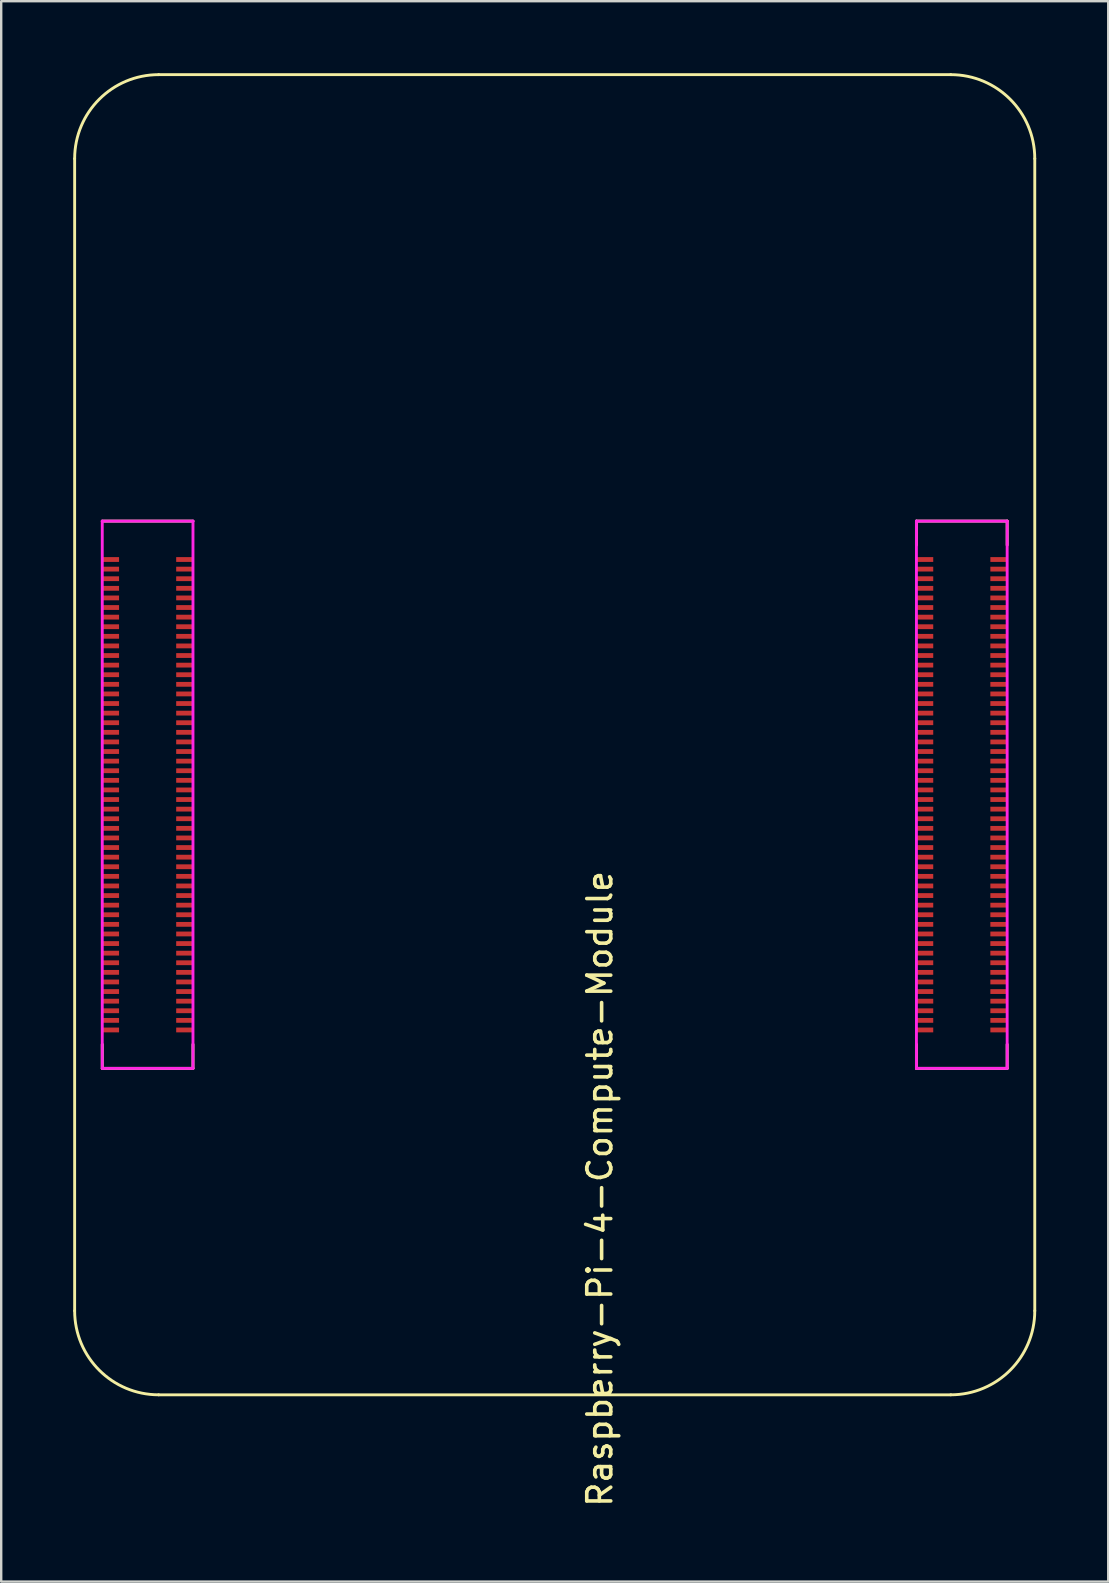
<source format=kicad_pcb>
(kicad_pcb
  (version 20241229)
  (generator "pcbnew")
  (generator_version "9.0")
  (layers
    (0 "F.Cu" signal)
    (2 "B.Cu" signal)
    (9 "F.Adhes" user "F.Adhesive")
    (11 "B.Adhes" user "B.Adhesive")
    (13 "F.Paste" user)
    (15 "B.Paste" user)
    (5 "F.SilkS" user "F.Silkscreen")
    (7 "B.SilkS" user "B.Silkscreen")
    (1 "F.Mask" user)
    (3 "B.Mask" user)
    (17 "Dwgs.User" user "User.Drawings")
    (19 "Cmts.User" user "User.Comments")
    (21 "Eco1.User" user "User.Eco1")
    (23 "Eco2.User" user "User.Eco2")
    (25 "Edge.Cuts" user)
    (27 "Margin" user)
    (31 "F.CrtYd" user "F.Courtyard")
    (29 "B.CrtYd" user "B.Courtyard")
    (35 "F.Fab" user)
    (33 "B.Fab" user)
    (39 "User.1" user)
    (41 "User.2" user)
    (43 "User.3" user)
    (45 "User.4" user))
  (footprint "Raspberry-Pi-4-Compute-Module"
    (layer "F.Cu")
    (at 3.56 51.56)
    (property "Reference" "Raspberry-Pi-4-Compute-Module" (at 18.38 -5.08 270) (layer "F.SilkS") (effects (font (size 1 1) (thickness 0.15))))
    (attr smd)
    (fp_line (start -3.5 -48) (end -3.5 0) (stroke (width 0.12) (type solid)) (layer "F.SilkS"))
    (fp_line (start -2.35 -32.9) (end 1.43 -32.9) (stroke (width 0.12) (type solid)) (layer "F.SilkS"))
    (fp_line (start -2.35 -10.1) (end -2.35 -11.1) (stroke (width 0.12) (type solid)) (layer "F.SilkS"))
    (fp_line (start -2.35 -10.1) (end 1.43 -10.1) (stroke (width 0.12) (type solid)) (layer "F.SilkS"))
    (fp_line (start 0 3.5) (end 33 3.5) (stroke (width 0.12) (type solid)) (layer "F.SilkS"))
    (fp_line (start 1.43 -10.1) (end 1.43 -11.1) (stroke (width 0.12) (type solid)) (layer "F.SilkS"))
    (fp_line (start 31.57 -32.9) (end 31.57 -31.9) (stroke (width 0.12) (type solid)) (layer "F.SilkS"))
    (fp_line (start 31.57 -32.9) (end 35.35 -32.9) (stroke (width 0.12) (type solid)) (layer "F.SilkS"))
    (fp_line (start 31.57 -10.1) (end 31.57 -11.1) (stroke (width 0.12) (type solid)) (layer "F.SilkS"))
    (fp_line (start 31.57 -10.1) (end 35.35 -10.1) (stroke (width 0.12) (type solid)) (layer "F.SilkS"))
    (fp_line (start 33 -51.5) (end 0 -51.5) (stroke (width 0.12) (type solid)) (layer "F.SilkS"))
    (fp_line (start 35.35 -32.9) (end 35.35 -31.9) (stroke (width 0.12) (type solid)) (layer "F.SilkS"))
    (fp_line (start 35.35 -10.1) (end 35.35 -11.1) (stroke (width 0.12) (type solid)) (layer "F.SilkS"))
    (fp_line (start 36.5 0) (end 36.5 -48) (stroke (width 0.12) (type solid)) (layer "F.SilkS"))
    (fp_arc (start -3.5 -48) (mid -2.474874 -50.474874) (end 0 -51.5) (stroke (width 0.12) (type solid)) (layer "F.SilkS"))
    (fp_arc (start 0 3.5) (mid -2.474874 2.474874) (end -3.5 0) (stroke (width 0.12) (type solid)) (layer "F.SilkS"))
    (fp_arc (start 33 -51.5) (mid 35.474874 -50.474874) (end 36.5 -48) (stroke (width 0.12) (type solid)) (layer "F.SilkS"))
    (fp_arc (start 36.5 0) (mid 35.474874 2.474874) (end 33 3.5) (stroke (width 0.12) (type solid)) (layer "F.SilkS"))
    (fp_line (start -2.35 -32.9) (end 1.43 -32.9) (stroke (width 0.12) (type solid)) (layer "F.CrtYd"))
    (fp_line (start -2.35 -10.1) (end -2.35 -32.9) (stroke (width 0.12) (type solid)) (layer "F.CrtYd"))
    (fp_line (start 1.43 -32.9) (end 1.43 -10.1) (stroke (width 0.12) (type solid)) (layer "F.CrtYd"))
    (fp_line (start 1.43 -10.1) (end -2.35 -10.1) (stroke (width 0.12) (type solid)) (layer "F.CrtYd"))
    (fp_line (start 31.57 -32.9) (end 35.35 -32.9) (stroke (width 0.12) (type solid)) (layer "F.CrtYd"))
    (fp_line (start 31.57 -10.1) (end 31.57 -32.9) (stroke (width 0.12) (type solid)) (layer "F.CrtYd"))
    (fp_line (start 35.35 -32.9) (end 35.35 -10.1) (stroke (width 0.12) (type solid)) (layer "F.CrtYd"))
    (fp_line (start 35.35 -10.1) (end 31.57 -10.1) (stroke (width 0.12) (type solid)) (layer "F.CrtYd"))
    (pad "1" smd rect (at -2 -31.3 270) (size 0.2 0.7) (layers "F.Cu" "F.Mask" "F.Paste"))
    (pad "2" smd rect (at 1.08 -31.3 270) (size 0.2 0.7) (layers "F.Cu" "F.Mask" "F.Paste"))
    (pad "3" smd rect (at -2 -30.9 270) (size 0.2 0.7) (layers "F.Cu" "F.Mask" "F.Paste"))
    (pad "4" smd rect (at 1.08 -30.9 270) (size 0.2 0.7) (layers "F.Cu" "F.Mask" "F.Paste"))
    (pad "5" smd rect (at -2 -30.5 270) (size 0.2 0.7) (layers "F.Cu" "F.Mask" "F.Paste"))
    (pad "6" smd rect (at 1.08 -30.5 270) (size 0.2 0.7) (layers "F.Cu" "F.Mask" "F.Paste"))
    (pad "7" smd rect (at -2 -30.1 270) (size 0.2 0.7) (layers "F.Cu" "F.Mask" "F.Paste"))
    (pad "8" smd rect (at 1.08 -30.1 270) (size 0.2 0.7) (layers "F.Cu" "F.Mask" "F.Paste"))
    (pad "9" smd rect (at -2 -29.7 270) (size 0.2 0.7) (layers "F.Cu" "F.Mask" "F.Paste"))
    (pad "10" smd rect (at 1.08 -29.7 270) (size 0.2 0.7) (layers "F.Cu" "F.Mask" "F.Paste"))
    (pad "11" smd rect (at -2 -29.3 270) (size 0.2 0.7) (layers "F.Cu" "F.Mask" "F.Paste"))
    (pad "12" smd rect (at 1.08 -29.3 270) (size 0.2 0.7) (layers "F.Cu" "F.Mask" "F.Paste"))
    (pad "13" smd rect (at -2 -28.9 270) (size 0.2 0.7) (layers "F.Cu" "F.Mask" "F.Paste"))
    (pad "14" smd rect (at 1.08 -28.9 270) (size 0.2 0.7) (layers "F.Cu" "F.Mask" "F.Paste"))
    (pad "15" smd rect (at -2 -28.5 270) (size 0.2 0.7) (layers "F.Cu" "F.Mask" "F.Paste"))
    (pad "16" smd rect (at 1.08 -28.5 270) (size 0.2 0.7) (layers "F.Cu" "F.Mask" "F.Paste"))
    (pad "17" smd rect (at -2 -28.1 270) (size 0.2 0.7) (layers "F.Cu" "F.Mask" "F.Paste"))
    (pad "18" smd rect (at 1.08 -28.1 270) (size 0.2 0.7) (layers "F.Cu" "F.Mask" "F.Paste"))
    (pad "19" smd rect (at -2 -27.7 270) (size 0.2 0.7) (layers "F.Cu" "F.Mask" "F.Paste"))
    (pad "20" smd rect (at 1.08 -27.7 270) (size 0.2 0.7) (layers "F.Cu" "F.Mask" "F.Paste"))
    (pad "21" smd rect (at -2 -27.3 270) (size 0.2 0.7) (layers "F.Cu" "F.Mask" "F.Paste"))
    (pad "22" smd rect (at 1.08 -27.3 270) (size 0.2 0.7) (layers "F.Cu" "F.Mask" "F.Paste"))
    (pad "23" smd rect (at -2 -26.9 270) (size 0.2 0.7) (layers "F.Cu" "F.Mask" "F.Paste"))
    (pad "24" smd rect (at 1.08 -26.9 270) (size 0.2 0.7) (layers "F.Cu" "F.Mask" "F.Paste"))
    (pad "25" smd rect (at -2 -26.5 270) (size 0.2 0.7) (layers "F.Cu" "F.Mask" "F.Paste"))
    (pad "26" smd rect (at 1.08 -26.5 270) (size 0.2 0.7) (layers "F.Cu" "F.Mask" "F.Paste"))
    (pad "27" smd rect (at -2 -26.1 270) (size 0.2 0.7) (layers "F.Cu" "F.Mask" "F.Paste"))
    (pad "28" smd rect (at 1.08 -26.1 270) (size 0.2 0.7) (layers "F.Cu" "F.Mask" "F.Paste"))
    (pad "29" smd rect (at -2 -25.7 270) (size 0.2 0.7) (layers "F.Cu" "F.Mask" "F.Paste"))
    (pad "30" smd rect (at 1.08 -25.7 270) (size 0.2 0.7) (layers "F.Cu" "F.Mask" "F.Paste"))
    (pad "31" smd rect (at -2 -25.3 270) (size 0.2 0.7) (layers "F.Cu" "F.Mask" "F.Paste"))
    (pad "32" smd rect (at 1.08 -25.3 270) (size 0.2 0.7) (layers "F.Cu" "F.Mask" "F.Paste"))
    (pad "33" smd rect (at -2 -24.9 270) (size 0.2 0.7) (layers "F.Cu" "F.Mask" "F.Paste"))
    (pad "34" smd rect (at 1.08 -24.9 270) (size 0.2 0.7) (layers "F.Cu" "F.Mask" "F.Paste"))
    (pad "35" smd rect (at -2 -24.5 270) (size 0.2 0.7) (layers "F.Cu" "F.Mask" "F.Paste"))
    (pad "36" smd rect (at 1.08 -24.5 270) (size 0.2 0.7) (layers "F.Cu" "F.Mask" "F.Paste"))
    (pad "37" smd rect (at -2 -24.1 270) (size 0.2 0.7) (layers "F.Cu" "F.Mask" "F.Paste"))
    (pad "38" smd rect (at 1.08 -24.1 270) (size 0.2 0.7) (layers "F.Cu" "F.Mask" "F.Paste"))
    (pad "39" smd rect (at -2 -23.7 270) (size 0.2 0.7) (layers "F.Cu" "F.Mask" "F.Paste"))
    (pad "40" smd rect (at 1.08 -23.7 270) (size 0.2 0.7) (layers "F.Cu" "F.Mask" "F.Paste"))
    (pad "41" smd rect (at -2 -23.3 270) (size 0.2 0.7) (layers "F.Cu" "F.Mask" "F.Paste"))
    (pad "42" smd rect (at 1.08 -23.3 270) (size 0.2 0.7) (layers "F.Cu" "F.Mask" "F.Paste"))
    (pad "43" smd rect (at -2 -22.9 270) (size 0.2 0.7) (layers "F.Cu" "F.Mask" "F.Paste"))
    (pad "44" smd rect (at 1.08 -22.9 270) (size 0.2 0.7) (layers "F.Cu" "F.Mask" "F.Paste"))
    (pad "45" smd rect (at -2 -22.5 270) (size 0.2 0.7) (layers "F.Cu" "F.Mask" "F.Paste"))
    (pad "46" smd rect (at 1.08 -22.5 270) (size 0.2 0.7) (layers "F.Cu" "F.Mask" "F.Paste"))
    (pad "47" smd rect (at -2 -22.1 270) (size 0.2 0.7) (layers "F.Cu" "F.Mask" "F.Paste"))
    (pad "48" smd rect (at 1.08 -22.1 270) (size 0.2 0.7) (layers "F.Cu" "F.Mask" "F.Paste"))
    (pad "49" smd rect (at -2 -21.7 270) (size 0.2 0.7) (layers "F.Cu" "F.Mask" "F.Paste"))
    (pad "50" smd rect (at 1.08 -21.7 270) (size 0.2 0.7) (layers "F.Cu" "F.Mask" "F.Paste"))
    (pad "51" smd rect (at -2 -21.3 270) (size 0.2 0.7) (layers "F.Cu" "F.Mask" "F.Paste"))
    (pad "52" smd rect (at 1.08 -21.3 270) (size 0.2 0.7) (layers "F.Cu" "F.Mask" "F.Paste"))
    (pad "53" smd rect (at -2 -20.9 270) (size 0.2 0.7) (layers "F.Cu" "F.Mask" "F.Paste"))
    (pad "54" smd rect (at 1.08 -20.9 270) (size 0.2 0.7) (layers "F.Cu" "F.Mask" "F.Paste"))
    (pad "55" smd rect (at -2 -20.5 270) (size 0.2 0.7) (layers "F.Cu" "F.Mask" "F.Paste"))
    (pad "56" smd rect (at 1.08 -20.5 270) (size 0.2 0.7) (layers "F.Cu" "F.Mask" "F.Paste"))
    (pad "57" smd rect (at -2 -20.1 270) (size 0.2 0.7) (layers "F.Cu" "F.Mask" "F.Paste"))
    (pad "58" smd rect (at 1.08 -20.1 270) (size 0.2 0.7) (layers "F.Cu" "F.Mask" "F.Paste"))
    (pad "59" smd rect (at -2 -19.7 270) (size 0.2 0.7) (layers "F.Cu" "F.Mask" "F.Paste"))
    (pad "60" smd rect (at 1.08 -19.7 270) (size 0.2 0.7) (layers "F.Cu" "F.Mask" "F.Paste"))
    (pad "61" smd rect (at -2 -19.3 270) (size 0.2 0.7) (layers "F.Cu" "F.Mask" "F.Paste"))
    (pad "62" smd rect (at 1.08 -19.3 270) (size 0.2 0.7) (layers "F.Cu" "F.Mask" "F.Paste"))
    (pad "63" smd rect (at -2 -18.9 270) (size 0.2 0.7) (layers "F.Cu" "F.Mask" "F.Paste"))
    (pad "64" smd rect (at 1.08 -18.9 270) (size 0.2 0.7) (layers "F.Cu" "F.Mask" "F.Paste"))
    (pad "65" smd rect (at -2 -18.5 270) (size 0.2 0.7) (layers "F.Cu" "F.Mask" "F.Paste"))
    (pad "66" smd rect (at 1.08 -18.5 270) (size 0.2 0.7) (layers "F.Cu" "F.Mask" "F.Paste"))
    (pad "67" smd rect (at -2 -18.1 270) (size 0.2 0.7) (layers "F.Cu" "F.Mask" "F.Paste"))
    (pad "68" smd rect (at 1.08 -18.1 270) (size 0.2 0.7) (layers "F.Cu" "F.Mask" "F.Paste"))
    (pad "69" smd rect (at -2 -17.7 270) (size 0.2 0.7) (layers "F.Cu" "F.Mask" "F.Paste"))
    (pad "70" smd rect (at 1.08 -17.7 270) (size 0.2 0.7) (layers "F.Cu" "F.Mask" "F.Paste"))
    (pad "71" smd rect (at -2 -17.3 270) (size 0.2 0.7) (layers "F.Cu" "F.Mask" "F.Paste"))
    (pad "72" smd rect (at 1.08 -17.3 270) (size 0.2 0.7) (layers "F.Cu" "F.Mask" "F.Paste"))
    (pad "73" smd rect (at -2 -16.9 270) (size 0.2 0.7) (layers "F.Cu" "F.Mask" "F.Paste"))
    (pad "74" smd rect (at 1.08 -16.9 270) (size 0.2 0.7) (layers "F.Cu" "F.Mask" "F.Paste"))
    (pad "75" smd rect (at -2 -16.5 270) (size 0.2 0.7) (layers "F.Cu" "F.Mask" "F.Paste"))
    (pad "76" smd rect (at 1.08 -16.5 270) (size 0.2 0.7) (layers "F.Cu" "F.Mask" "F.Paste"))
    (pad "77" smd rect (at -2 -16.1 270) (size 0.2 0.7) (layers "F.Cu" "F.Mask" "F.Paste"))
    (pad "78" smd rect (at 1.08 -16.1 270) (size 0.2 0.7) (layers "F.Cu" "F.Mask" "F.Paste"))
    (pad "79" smd rect (at -2 -15.7 270) (size 0.2 0.7) (layers "F.Cu" "F.Mask" "F.Paste"))
    (pad "80" smd rect (at 1.08 -15.7 270) (size 0.2 0.7) (layers "F.Cu" "F.Mask" "F.Paste"))
    (pad "81" smd rect (at -2 -15.3 270) (size 0.2 0.7) (layers "F.Cu" "F.Mask" "F.Paste"))
    (pad "82" smd rect (at 1.08 -15.3 270) (size 0.2 0.7) (layers "F.Cu" "F.Mask" "F.Paste"))
    (pad "83" smd rect (at -2 -14.9 270) (size 0.2 0.7) (layers "F.Cu" "F.Mask" "F.Paste"))
    (pad "84" smd rect (at 1.08 -14.9 270) (size 0.2 0.7) (layers "F.Cu" "F.Mask" "F.Paste"))
    (pad "85" smd rect (at -2 -14.5 270) (size 0.2 0.7) (layers "F.Cu" "F.Mask" "F.Paste"))
    (pad "86" smd rect (at 1.08 -14.5 270) (size 0.2 0.7) (layers "F.Cu" "F.Mask" "F.Paste"))
    (pad "87" smd rect (at -2 -14.1 270) (size 0.2 0.7) (layers "F.Cu" "F.Mask" "F.Paste"))
    (pad "88" smd rect (at 1.08 -14.1 270) (size 0.2 0.7) (layers "F.Cu" "F.Mask" "F.Paste"))
    (pad "89" smd rect (at -2 -13.7 270) (size 0.2 0.7) (layers "F.Cu" "F.Mask" "F.Paste"))
    (pad "90" smd rect (at 1.08 -13.7 270) (size 0.2 0.7) (layers "F.Cu" "F.Mask" "F.Paste"))
    (pad "91" smd rect (at -2 -13.3 270) (size 0.2 0.7) (layers "F.Cu" "F.Mask" "F.Paste"))
    (pad "92" smd rect (at 1.08 -13.3 270) (size 0.2 0.7) (layers "F.Cu" "F.Mask" "F.Paste"))
    (pad "93" smd rect (at -2 -12.9 270) (size 0.2 0.7) (layers "F.Cu" "F.Mask" "F.Paste"))
    (pad "94" smd rect (at 1.08 -12.9 270) (size 0.2 0.7) (layers "F.Cu" "F.Mask" "F.Paste"))
    (pad "95" smd rect (at -2 -12.5 270) (size 0.2 0.7) (layers "F.Cu" "F.Mask" "F.Paste"))
    (pad "96" smd rect (at 1.08 -12.5 270) (size 0.2 0.7) (layers "F.Cu" "F.Mask" "F.Paste"))
    (pad "97" smd rect (at -2 -12.1 270) (size 0.2 0.7) (layers "F.Cu" "F.Mask" "F.Paste"))
    (pad "98" smd rect (at 1.08 -12.1 270) (size 0.2 0.7) (layers "F.Cu" "F.Mask" "F.Paste"))
    (pad "99" smd rect (at -2 -11.7 270) (size 0.2 0.7) (layers "F.Cu" "F.Mask" "F.Paste"))
    (pad "100" smd rect (at 1.08 -11.7 270) (size 0.2 0.7) (layers "F.Cu" "F.Mask" "F.Paste"))
    (pad "101" smd rect (at 31.92 -31.3 270) (size 0.2 0.7) (layers "F.Cu" "F.Mask" "F.Paste"))
    (pad "102" smd rect (at 35 -31.3 270) (size 0.2 0.7) (layers "F.Cu" "F.Mask" "F.Paste"))
    (pad "103" smd rect (at 31.92 -30.9 270) (size 0.2 0.7) (layers "F.Cu" "F.Mask" "F.Paste"))
    (pad "104" smd rect (at 35 -30.9 270) (size 0.2 0.7) (layers "F.Cu" "F.Mask" "F.Paste"))
    (pad "105" smd rect (at 31.92 -30.5 270) (size 0.2 0.7) (layers "F.Cu" "F.Mask" "F.Paste"))
    (pad "106" smd rect (at 35 -30.5 270) (size 0.2 0.7) (layers "F.Cu" "F.Mask" "F.Paste"))
    (pad "107" smd rect (at 31.92 -30.1 270) (size 0.2 0.7) (layers "F.Cu" "F.Mask" "F.Paste"))
    (pad "108" smd rect (at 35 -30.1 270) (size 0.2 0.7) (layers "F.Cu" "F.Mask" "F.Paste"))
    (pad "109" smd rect (at 31.92 -29.7 270) (size 0.2 0.7) (layers "F.Cu" "F.Mask" "F.Paste"))
    (pad "110" smd rect (at 35 -29.7 270) (size 0.2 0.7) (layers "F.Cu" "F.Mask" "F.Paste"))
    (pad "111" smd rect (at 31.92 -29.3 270) (size 0.2 0.7) (layers "F.Cu" "F.Mask" "F.Paste"))
    (pad "112" smd rect (at 35 -29.3 270) (size 0.2 0.7) (layers "F.Cu" "F.Mask" "F.Paste"))
    (pad "113" smd rect (at 31.92 -28.9 270) (size 0.2 0.7) (layers "F.Cu" "F.Mask" "F.Paste"))
    (pad "114" smd rect (at 35 -28.9 270) (size 0.2 0.7) (layers "F.Cu" "F.Mask" "F.Paste"))
    (pad "115" smd rect (at 31.92 -28.5 270) (size 0.2 0.7) (layers "F.Cu" "F.Mask" "F.Paste"))
    (pad "116" smd rect (at 35 -28.5 270) (size 0.2 0.7) (layers "F.Cu" "F.Mask" "F.Paste"))
    (pad "117" smd rect (at 31.92 -28.1 270) (size 0.2 0.7) (layers "F.Cu" "F.Mask" "F.Paste"))
    (pad "118" smd rect (at 35 -28.1 270) (size 0.2 0.7) (layers "F.Cu" "F.Mask" "F.Paste"))
    (pad "119" smd rect (at 31.92 -27.7 270) (size 0.2 0.7) (layers "F.Cu" "F.Mask" "F.Paste"))
    (pad "120" smd rect (at 35 -27.7 270) (size 0.2 0.7) (layers "F.Cu" "F.Mask" "F.Paste"))
    (pad "121" smd rect (at 31.92 -27.3 270) (size 0.2 0.7) (layers "F.Cu" "F.Mask" "F.Paste"))
    (pad "122" smd rect (at 35 -27.3 270) (size 0.2 0.7) (layers "F.Cu" "F.Mask" "F.Paste"))
    (pad "123" smd rect (at 31.92 -26.9 270) (size 0.2 0.7) (layers "F.Cu" "F.Mask" "F.Paste"))
    (pad "124" smd rect (at 35 -26.9 270) (size 0.2 0.7) (layers "F.Cu" "F.Mask" "F.Paste"))
    (pad "125" smd rect (at 31.92 -26.5 270) (size 0.2 0.7) (layers "F.Cu" "F.Mask" "F.Paste"))
    (pad "126" smd rect (at 35 -26.5 270) (size 0.2 0.7) (layers "F.Cu" "F.Mask" "F.Paste"))
    (pad "127" smd rect (at 31.92 -26.1 270) (size 0.2 0.7) (layers "F.Cu" "F.Mask" "F.Paste"))
    (pad "128" smd rect (at 35 -26.1 270) (size 0.2 0.7) (layers "F.Cu" "F.Mask" "F.Paste"))
    (pad "129" smd rect (at 31.92 -25.7 270) (size 0.2 0.7) (layers "F.Cu" "F.Mask" "F.Paste"))
    (pad "130" smd rect (at 35 -25.7 270) (size 0.2 0.7) (layers "F.Cu" "F.Mask" "F.Paste"))
    (pad "131" smd rect (at 31.92 -25.3 270) (size 0.2 0.7) (layers "F.Cu" "F.Mask" "F.Paste"))
    (pad "132" smd rect (at 35 -25.3 270) (size 0.2 0.7) (layers "F.Cu" "F.Mask" "F.Paste"))
    (pad "133" smd rect (at 31.92 -24.9 270) (size 0.2 0.7) (layers "F.Cu" "F.Mask" "F.Paste"))
    (pad "134" smd rect (at 35 -24.9 270) (size 0.2 0.7) (layers "F.Cu" "F.Mask" "F.Paste"))
    (pad "135" smd rect (at 31.92 -24.5 270) (size 0.2 0.7) (layers "F.Cu" "F.Mask" "F.Paste"))
    (pad "136" smd rect (at 35 -24.5 270) (size 0.2 0.7) (layers "F.Cu" "F.Mask" "F.Paste"))
    (pad "137" smd rect (at 31.92 -24.1 270) (size 0.2 0.7) (layers "F.Cu" "F.Mask" "F.Paste"))
    (pad "138" smd rect (at 35 -24.1 270) (size 0.2 0.7) (layers "F.Cu" "F.Mask" "F.Paste"))
    (pad "139" smd rect (at 31.92 -23.7 270) (size 0.2 0.7) (layers "F.Cu" "F.Mask" "F.Paste"))
    (pad "140" smd rect (at 35 -23.7 270) (size 0.2 0.7) (layers "F.Cu" "F.Mask" "F.Paste"))
    (pad "141" smd rect (at 31.92 -23.3 270) (size 0.2 0.7) (layers "F.Cu" "F.Mask" "F.Paste"))
    (pad "142" smd rect (at 35 -23.3 270) (size 0.2 0.7) (layers "F.Cu" "F.Mask" "F.Paste"))
    (pad "143" smd rect (at 31.92 -22.9 270) (size 0.2 0.7) (layers "F.Cu" "F.Mask" "F.Paste"))
    (pad "144" smd rect (at 35 -22.9 270) (size 0.2 0.7) (layers "F.Cu" "F.Mask" "F.Paste"))
    (pad "145" smd rect (at 31.92 -22.5 270) (size 0.2 0.7) (layers "F.Cu" "F.Mask" "F.Paste"))
    (pad "146" smd rect (at 35 -22.5 270) (size 0.2 0.7) (layers "F.Cu" "F.Mask" "F.Paste"))
    (pad "147" smd rect (at 31.92 -22.1 270) (size 0.2 0.7) (layers "F.Cu" "F.Mask" "F.Paste"))
    (pad "148" smd rect (at 35 -22.1 270) (size 0.2 0.7) (layers "F.Cu" "F.Mask" "F.Paste"))
    (pad "149" smd rect (at 31.92 -21.7 270) (size 0.2 0.7) (layers "F.Cu" "F.Mask" "F.Paste"))
    (pad "150" smd rect (at 35 -21.7 270) (size 0.2 0.7) (layers "F.Cu" "F.Mask" "F.Paste"))
    (pad "151" smd rect (at 31.92 -21.3 270) (size 0.2 0.7) (layers "F.Cu" "F.Mask" "F.Paste"))
    (pad "152" smd rect (at 35 -21.3 270) (size 0.2 0.7) (layers "F.Cu" "F.Mask" "F.Paste"))
    (pad "153" smd rect (at 31.92 -20.9 270) (size 0.2 0.7) (layers "F.Cu" "F.Mask" "F.Paste"))
    (pad "154" smd rect (at 35 -20.9 270) (size 0.2 0.7) (layers "F.Cu" "F.Mask" "F.Paste"))
    (pad "155" smd rect (at 31.92 -20.5 270) (size 0.2 0.7) (layers "F.Cu" "F.Mask" "F.Paste"))
    (pad "156" smd rect (at 35 -20.5 270) (size 0.2 0.7) (layers "F.Cu" "F.Mask" "F.Paste"))
    (pad "157" smd rect (at 31.92 -20.1 270) (size 0.2 0.7) (layers "F.Cu" "F.Mask" "F.Paste"))
    (pad "158" smd rect (at 35 -20.1 270) (size 0.2 0.7) (layers "F.Cu" "F.Mask" "F.Paste"))
    (pad "159" smd rect (at 31.92 -19.7 270) (size 0.2 0.7) (layers "F.Cu" "F.Mask" "F.Paste"))
    (pad "160" smd rect (at 35 -19.7 270) (size 0.2 0.7) (layers "F.Cu" "F.Mask" "F.Paste"))
    (pad "161" smd rect (at 31.92 -19.3 270) (size 0.2 0.7) (layers "F.Cu" "F.Mask" "F.Paste"))
    (pad "162" smd rect (at 35 -19.3 270) (size 0.2 0.7) (layers "F.Cu" "F.Mask" "F.Paste"))
    (pad "163" smd rect (at 31.92 -18.9 270) (size 0.2 0.7) (layers "F.Cu" "F.Mask" "F.Paste"))
    (pad "164" smd rect (at 35 -18.9 270) (size 0.2 0.7) (layers "F.Cu" "F.Mask" "F.Paste"))
    (pad "165" smd rect (at 31.92 -18.5 270) (size 0.2 0.7) (layers "F.Cu" "F.Mask" "F.Paste"))
    (pad "166" smd rect (at 35 -18.5 270) (size 0.2 0.7) (layers "F.Cu" "F.Mask" "F.Paste"))
    (pad "167" smd rect (at 31.92 -18.1 270) (size 0.2 0.7) (layers "F.Cu" "F.Mask" "F.Paste"))
    (pad "168" smd rect (at 35 -18.1 270) (size 0.2 0.7) (layers "F.Cu" "F.Mask" "F.Paste"))
    (pad "169" smd rect (at 31.92 -17.7 270) (size 0.2 0.7) (layers "F.Cu" "F.Mask" "F.Paste"))
    (pad "170" smd rect (at 35 -17.7 270) (size 0.2 0.7) (layers "F.Cu" "F.Mask" "F.Paste"))
    (pad "171" smd rect (at 31.92 -17.3 270) (size 0.2 0.7) (layers "F.Cu" "F.Mask" "F.Paste"))
    (pad "172" smd rect (at 35 -17.3 270) (size 0.2 0.7) (layers "F.Cu" "F.Mask" "F.Paste"))
    (pad "173" smd rect (at 31.92 -16.9 270) (size 0.2 0.7) (layers "F.Cu" "F.Mask" "F.Paste"))
    (pad "174" smd rect (at 35 -16.9 270) (size 0.2 0.7) (layers "F.Cu" "F.Mask" "F.Paste"))
    (pad "175" smd rect (at 31.92 -16.5 270) (size 0.2 0.7) (layers "F.Cu" "F.Mask" "F.Paste"))
    (pad "176" smd rect (at 35 -16.5 270) (size 0.2 0.7) (layers "F.Cu" "F.Mask" "F.Paste"))
    (pad "177" smd rect (at 31.92 -16.1 270) (size 0.2 0.7) (layers "F.Cu" "F.Mask" "F.Paste"))
    (pad "178" smd rect (at 35 -16.1 270) (size 0.2 0.7) (layers "F.Cu" "F.Mask" "F.Paste"))
    (pad "179" smd rect (at 31.92 -15.7 270) (size 0.2 0.7) (layers "F.Cu" "F.Mask" "F.Paste"))
    (pad "180" smd rect (at 35 -15.7 270) (size 0.2 0.7) (layers "F.Cu" "F.Mask" "F.Paste"))
    (pad "181" smd rect (at 31.92 -15.3 270) (size 0.2 0.7) (layers "F.Cu" "F.Mask" "F.Paste"))
    (pad "182" smd rect (at 35 -15.3 270) (size 0.2 0.7) (layers "F.Cu" "F.Mask" "F.Paste"))
    (pad "183" smd rect (at 31.92 -14.9 270) (size 0.2 0.7) (layers "F.Cu" "F.Mask" "F.Paste"))
    (pad "184" smd rect (at 35 -14.9 270) (size 0.2 0.7) (layers "F.Cu" "F.Mask" "F.Paste"))
    (pad "185" smd rect (at 31.92 -14.5 270) (size 0.2 0.7) (layers "F.Cu" "F.Mask" "F.Paste"))
    (pad "186" smd rect (at 35 -14.5 270) (size 0.2 0.7) (layers "F.Cu" "F.Mask" "F.Paste"))
    (pad "187" smd rect (at 31.92 -14.1 270) (size 0.2 0.7) (layers "F.Cu" "F.Mask" "F.Paste"))
    (pad "188" smd rect (at 35 -14.1 270) (size 0.2 0.7) (layers "F.Cu" "F.Mask" "F.Paste"))
    (pad "189" smd rect (at 31.92 -13.7 270) (size 0.2 0.7) (layers "F.Cu" "F.Mask" "F.Paste"))
    (pad "190" smd rect (at 35 -13.7 270) (size 0.2 0.7) (layers "F.Cu" "F.Mask" "F.Paste"))
    (pad "191" smd rect (at 31.92 -13.3 270) (size 0.2 0.7) (layers "F.Cu" "F.Mask" "F.Paste"))
    (pad "192" smd rect (at 35 -13.3 270) (size 0.2 0.7) (layers "F.Cu" "F.Mask" "F.Paste"))
    (pad "193" smd rect (at 31.92 -12.9 270) (size 0.2 0.7) (layers "F.Cu" "F.Mask" "F.Paste"))
    (pad "194" smd rect (at 35 -12.9 270) (size 0.2 0.7) (layers "F.Cu" "F.Mask" "F.Paste"))
    (pad "195" smd rect (at 31.92 -12.5 270) (size 0.2 0.7) (layers "F.Cu" "F.Mask" "F.Paste"))
    (pad "196" smd rect (at 35 -12.5 270) (size 0.2 0.7) (layers "F.Cu" "F.Mask" "F.Paste"))
    (pad "197" smd rect (at 31.92 -12.1 270) (size 0.2 0.7) (layers "F.Cu" "F.Mask" "F.Paste"))
    (pad "198" smd rect (at 35 -12.1 270) (size 0.2 0.7) (layers "F.Cu" "F.Mask" "F.Paste"))
    (pad "199" smd rect (at 31.92 -11.7 270) (size 0.2 0.7) (layers "F.Cu" "F.Mask" "F.Paste"))
    (pad "200" smd rect (at 35 -11.7 270) (size 0.2 0.7) (layers "F.Cu" "F.Mask" "F.Paste")))
  (gr_rect
    (start -3 -3)
    (end 43.12 62.843)
    (stroke (width 0.1) (type default))
    (fill no)
    (layer "Edge.Cuts")))
</source>
